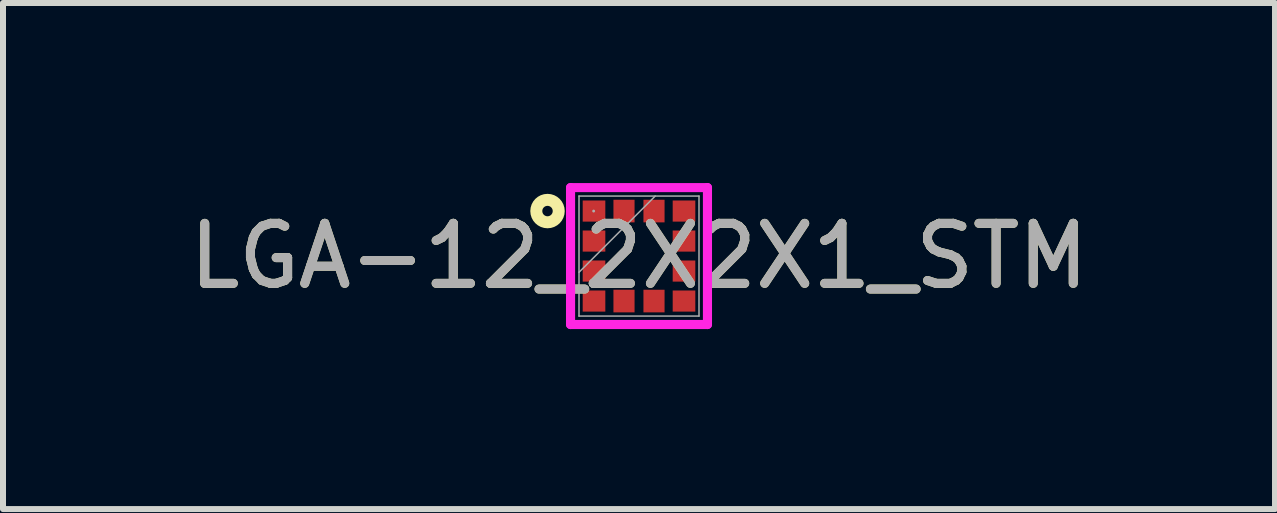
<source format=kicad_pcb>
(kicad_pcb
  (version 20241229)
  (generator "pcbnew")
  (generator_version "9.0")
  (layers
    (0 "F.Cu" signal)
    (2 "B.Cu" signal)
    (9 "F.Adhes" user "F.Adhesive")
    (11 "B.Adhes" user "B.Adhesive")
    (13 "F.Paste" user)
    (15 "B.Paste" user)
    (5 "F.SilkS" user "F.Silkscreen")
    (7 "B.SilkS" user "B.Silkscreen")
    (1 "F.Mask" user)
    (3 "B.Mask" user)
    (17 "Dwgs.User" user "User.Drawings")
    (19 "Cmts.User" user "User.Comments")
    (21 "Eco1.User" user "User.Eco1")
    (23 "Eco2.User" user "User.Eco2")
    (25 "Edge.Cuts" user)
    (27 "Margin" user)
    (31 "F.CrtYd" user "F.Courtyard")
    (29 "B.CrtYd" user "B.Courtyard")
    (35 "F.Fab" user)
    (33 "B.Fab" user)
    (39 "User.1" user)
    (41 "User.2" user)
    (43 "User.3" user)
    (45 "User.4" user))
  (footprint "LGA-12_2X2X1_STM"
    (layer "F.Cu")
    (at 7.601 1.218)
    (property "Reference" "LGA-12_2X2X1_STM" (at 0 0 0) (unlocked yes) (layer "F.SilkS") (effects (font (size 1 1) (thickness 0.15))))
    (attr smd)
    (fp_circle (center -1.525 -0.75) (end -1.6 -0.706) (stroke (width 0.2) (type solid)) (fill no) (layer "F.SilkS"))
    (fp_line (start -1.141 -1.141) (end 1.141 -1.141) (stroke (width 0.152) (type solid)) (layer "F.CrtYd"))
    (fp_line (start -1.141 1.141) (end -1.141 -1.141) (stroke (width 0.152) (type solid)) (layer "F.CrtYd"))
    (fp_line (start 1.141 -1.141) (end 1.141 1.141) (stroke (width 0.152) (type solid)) (layer "F.CrtYd"))
    (fp_line (start 1.141 1.141) (end -1.141 1.141) (stroke (width 0.152) (type solid)) (layer "F.CrtYd"))
    (fp_line (start -1 -1) (end -1 1) (stroke (width 0.025) (type solid)) (layer "F.Fab"))
    (fp_line (start -1 0.27) (end 0.27 -1) (stroke (width 0.025) (type solid)) (layer "F.Fab"))
    (fp_line (start -1 1) (end 1 1) (stroke (width 0.025) (type solid)) (layer "F.Fab"))
    (fp_line (start 1 -1) (end -1 -1) (stroke (width 0.025) (type solid)) (layer "F.Fab"))
    (fp_line (start 1 1) (end 1 -1) (stroke (width 0.025) (type solid)) (layer "F.Fab"))
    (fp_circle (center -0.756 -0.75) (end -0.756 -0.75) (stroke (width 0.025) (type solid)) (fill no) (layer "F.Fab"))
    (fp_text user "${REFERENCE}" (at 0 0 0) (unlocked yes) (layer "F.Fab") (effects (font (size 1 1) (thickness 0.15))))
    (pad "1" smd rect (at -0.75 -0.75) (size 0.377 0.352) (layers "F.Cu" "F.Mask" "F.Paste"))
    (pad "2" smd rect (at -0.75 -0.25) (size 0.377 0.352) (layers "F.Cu" "F.Mask" "F.Paste"))
    (pad "3" smd rect (at -0.75 0.25) (size 0.377 0.352) (layers "F.Cu" "F.Mask" "F.Paste"))
    (pad "4" smd rect (at -0.75 0.75) (size 0.377 0.352) (layers "F.Cu" "F.Mask" "F.Paste"))
    (pad "5" smd rect (at -0.25 0.75 90) (size 0.377 0.352) (layers "F.Cu" "F.Mask" "F.Paste"))
    (pad "6" smd rect (at 0.25 0.75 90) (size 0.377 0.352) (layers "F.Cu" "F.Mask" "F.Paste"))
    (pad "7" smd rect (at 0.75 0.75) (size 0.377 0.352) (layers "F.Cu" "F.Mask" "F.Paste"))
    (pad "8" smd rect (at 0.75 0.25) (size 0.377 0.352) (layers "F.Cu" "F.Mask" "F.Paste"))
    (pad "9" smd rect (at 0.75 -0.25) (size 0.377 0.352) (layers "F.Cu" "F.Mask" "F.Paste"))
    (pad "10" smd rect (at 0.75 -0.75) (size 0.377 0.352) (layers "F.Cu" "F.Mask" "F.Paste"))
    (pad "11" smd rect (at 0.25 -0.75 90) (size 0.377 0.352) (layers "F.Cu" "F.Mask" "F.Paste"))
    (pad "12" smd rect (at -0.25 -0.75 90) (size 0.377 0.352) (layers "F.Cu" "F.Mask" "F.Paste"))
    (zone (net_name "") (layer "F.Cu") (name "keepout") (hatch edge 0.5) (connect_pads) (min_thickness 0.25) (filled_areas_thickness no) (keepout (tracks allowed) (vias allowed) (pads allowed) (copperpour not_allowed) (footprints allowed)) (placement (enabled no)) (fill) (polygon (pts (xy 6.451 0.093) (xy 8.726 0.093) (xy 8.726 2.343) (xy 6.451 2.343)))))
  (gr_rect
    (start -3 -3)
    (end 18.202 5.435)
    (stroke (width 0.1) (type default))
    (fill no)
    (layer "Edge.Cuts")))
</source>
